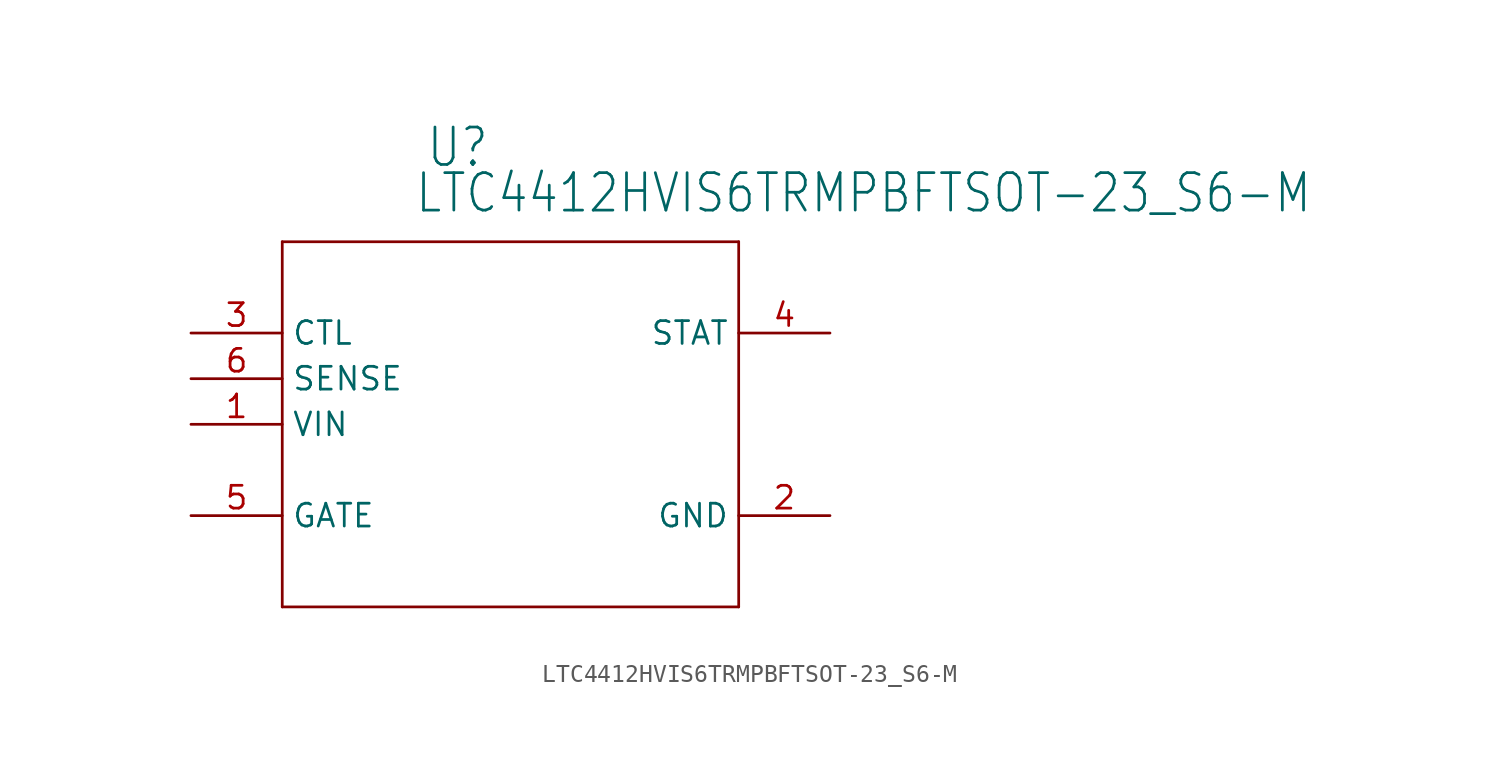
<source format=kicad_sym>
(kicad_symbol_lib
  (version 20211014)
  (generator kicad_symbol_editor)
  (symbol "LTC4412HVIS6TRMPBFTSOT-23_S6-M"
    (property "Reference" "U"
      (at 15.596 9.119 0)
      (effects (font (size 2.083 1.77)) (justify left bottom)))
    (property "Value" "LTC4412HVIS6TRMPBFTSOT-23_S6-M"
      (at 14.961 6.579 0)
      (effects (font (size 2.083 1.77)) (justify left bottom)))
    (property "ki_locked" ""
      (at 0 0 0)
      (effects (font (size 1.27 1.27))))
    (symbol "LTC4412HVIS6TRMPBFTSOT-23_S6-M_1_0"
      (polyline (pts (xy 7.62 -15.24) (xy 33.02 -15.24)) (stroke (width 0.152) (type default) (color 0 0 0 0)) (fill (type none)))
      (polyline (pts (xy 7.62 5.08) (xy 7.62 -15.24)) (stroke (width 0.152) (type default) (color 0 0 0 0)) (fill (type none)))
      (polyline (pts (xy 33.02 -15.24) (xy 33.02 5.08)) (stroke (width 0.152) (type default) (color 0 0 0 0)) (fill (type none)))
      (polyline (pts (xy 33.02 5.08) (xy 7.62 5.08)) (stroke (width 0.152) (type default) (color 0 0 0 0)) (fill (type none)))
      (pin input line (at 2.54 -5.08 0) (length 5.08) (name "VIN" (effects (font (size 1.27 1.27)))) (number "1" (effects (font (size 1.27 1.27)))))
      (pin power_in line (at 38.1 -10.16 180) (length 5.08) (name "GND" (effects (font (size 1.27 1.27)))) (number "2" (effects (font (size 1.27 1.27)))))
      (pin input line (at 2.54 0 0) (length 5.08) (name "CTL" (effects (font (size 1.27 1.27)))) (number "3" (effects (font (size 1.27 1.27)))))
      (pin output line (at 38.1 0 180) (length 5.08) (name "STAT" (effects (font (size 1.27 1.27)))) (number "4" (effects (font (size 1.27 1.27)))))
      (pin passive line (at 2.54 -10.16 0) (length 5.08) (name "GATE" (effects (font (size 1.27 1.27)))) (number "5" (effects (font (size 1.27 1.27)))))
      (pin input line (at 2.54 -2.54 0) (length 5.08) (name "SENSE" (effects (font (size 1.27 1.27)))) (number "6" (effects (font (size 1.27 1.27))))))))
</source>
